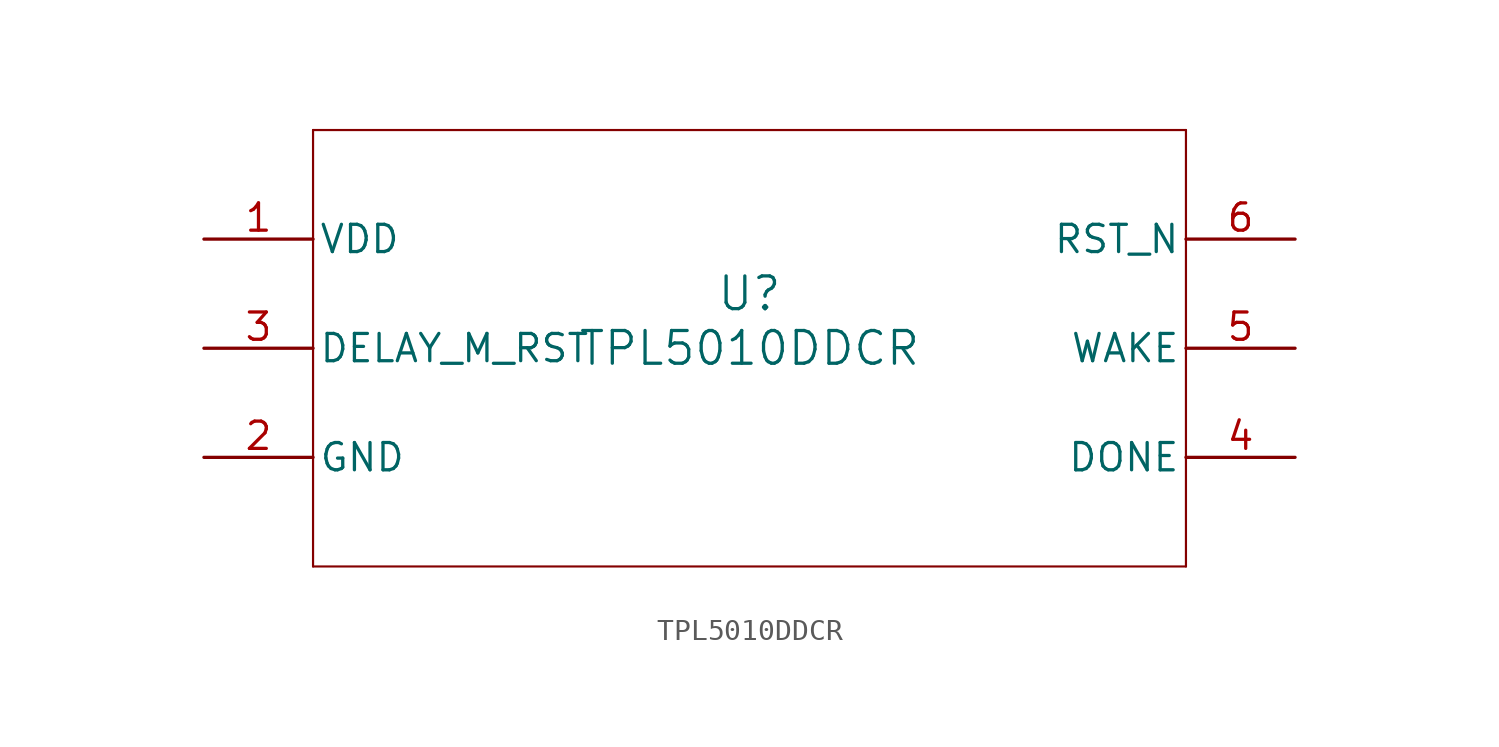
<source format=kicad_sym>
(kicad_symbol_lib
  (version 20220914)
  (generator kicad_symbol_editor)
  (symbol "TPL5010DDCR"
    (pin_names
      (offset 0.254))
    (property "Reference" "U"
      (at 0 2.54 0)
      (effects (font (size 1.524 1.524))))
    (property "Value" "TPL5010DDCR"
      (at 0 0 0)
      (effects (font (size 1.524 1.524))))
    (property "ki_locked" ""
      (at 0 0 0)
      (effects (font (size 1.27 1.27))))
    (symbol "TPL5010DDCR_0_1"
      (polyline (pts (xy -20.32 -10.16) (xy 20.32 -10.16)) (stroke (width 0.102) (type default)) (fill (type none)))
      (polyline (pts (xy -20.32 10.16) (xy -20.32 -10.16)) (stroke (width 0.102) (type default)) (fill (type none)))
      (polyline (pts (xy 20.32 -10.16) (xy 20.32 10.16)) (stroke (width 0.102) (type default)) (fill (type none)))
      (polyline (pts (xy 20.32 10.16) (xy -20.32 10.16)) (stroke (width 0.102) (type default)) (fill (type none)))
      (pin power_in line (at -25.4 5.08 0) (length 5.08) (name "VDD" (effects (font (size 1.27 1.27)))) (number "1" (effects (font (size 1.27 1.27)))))
      (pin power_in line (at -25.4 -5.08 0) (length 5.08) (name "GND" (effects (font (size 1.27 1.27)))) (number "2" (effects (font (size 1.27 1.27)))))
      (pin input line (at -25.4 0 0) (length 5.08) (name "DELAY_M_RST" (effects (font (size 1.27 1.27)))) (number "3" (effects (font (size 1.27 1.27)))))
      (pin input line (at 25.4 -5.08 180) (length 5.08) (name "DONE" (effects (font (size 1.27 1.27)))) (number "4" (effects (font (size 1.27 1.27)))))
      (pin output line (at 25.4 0 180) (length 5.08) (name "WAKE" (effects (font (size 1.27 1.27)))) (number "5" (effects (font (size 1.27 1.27)))))
      (pin output line (at 25.4 5.08 180) (length 5.08) (name "RST_N" (effects (font (size 1.27 1.27)))) (number "6" (effects (font (size 1.27 1.27))))))))
</source>
